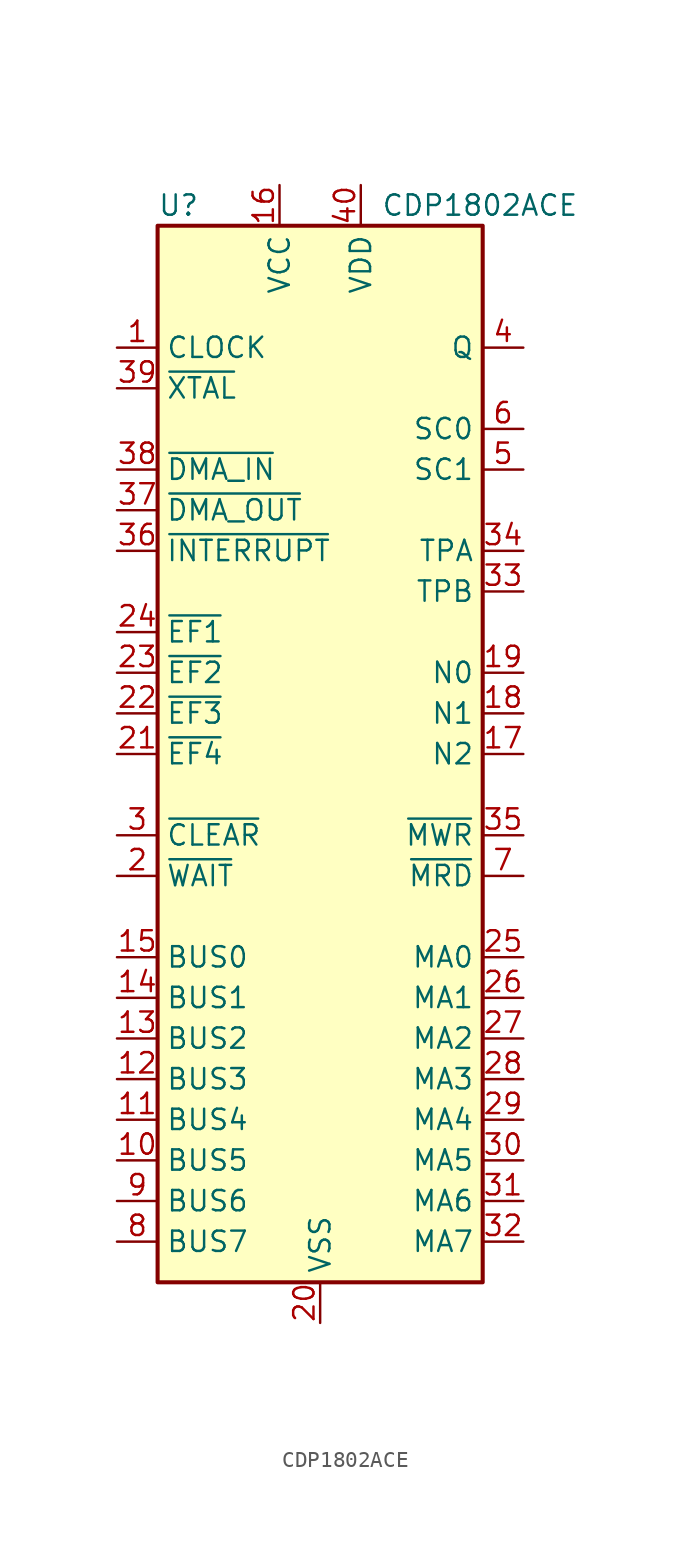
<source format=kicad_sym>
(kicad_symbol_lib
  (version 20211014)
  (generator kicad_symbol_editor)
  (symbol "CDP1802ACE"
    (property "Reference" "U"
      (at -10.16 34.29 0)
      (effects (font (size 1.27 1.27)) (justify left)))
    (property "Value" "CDP1802ACE"
      (at 3.81 34.29 0)
      (effects (font (size 1.27 1.27)) (justify left)))
    (symbol "CDP1802ACE_0_1"
      (rectangle (start -10.16 33.02) (end 10.16 -33.02) (stroke (width 0.254) (type default) (color 0 0 0 0)) (fill (type background))))
    (symbol "CDP1802ACE_1_1"
      (pin input line (at -12.7 25.4 0) (length 2.54) (name "CLOCK" (effects (font (size 1.27 1.27)))) (number "1" (effects (font (size 1.27 1.27)))))
      (pin bidirectional line (at -12.7 -25.4 0) (length 2.54) (name "BUS5" (effects (font (size 1.27 1.27)))) (number "10" (effects (font (size 1.27 1.27)))))
      (pin bidirectional line (at -12.7 -22.86 0) (length 2.54) (name "BUS4" (effects (font (size 1.27 1.27)))) (number "11" (effects (font (size 1.27 1.27)))))
      (pin bidirectional line (at -12.7 -20.32 0) (length 2.54) (name "BUS3" (effects (font (size 1.27 1.27)))) (number "12" (effects (font (size 1.27 1.27)))))
      (pin bidirectional line (at -12.7 -17.78 0) (length 2.54) (name "BUS2" (effects (font (size 1.27 1.27)))) (number "13" (effects (font (size 1.27 1.27)))))
      (pin bidirectional line (at -12.7 -15.24 0) (length 2.54) (name "BUS1" (effects (font (size 1.27 1.27)))) (number "14" (effects (font (size 1.27 1.27)))))
      (pin bidirectional line (at -12.7 -12.7 0) (length 2.54) (name "BUS0" (effects (font (size 1.27 1.27)))) (number "15" (effects (font (size 1.27 1.27)))))
      (pin power_in line (at -2.54 35.56 270) (length 2.54) (name "VCC" (effects (font (size 1.27 1.27)))) (number "16" (effects (font (size 1.27 1.27)))))
      (pin output line (at 12.7 0 180) (length 2.54) (name "N2" (effects (font (size 1.27 1.27)))) (number "17" (effects (font (size 1.27 1.27)))))
      (pin output line (at 12.7 2.54 180) (length 2.54) (name "N1" (effects (font (size 1.27 1.27)))) (number "18" (effects (font (size 1.27 1.27)))))
      (pin output line (at 12.7 5.08 180) (length 2.54) (name "N0" (effects (font (size 1.27 1.27)))) (number "19" (effects (font (size 1.27 1.27)))))
      (pin input line (at -12.7 -7.62 0) (length 2.54) (name "~{WAIT}" (effects (font (size 1.27 1.27)))) (number "2" (effects (font (size 1.27 1.27)))))
      (pin power_in line (at 0 -35.56 90) (length 2.54) (name "VSS" (effects (font (size 1.27 1.27)))) (number "20" (effects (font (size 1.27 1.27)))))
      (pin input line (at -12.7 0 0) (length 2.54) (name "~{EF4}" (effects (font (size 1.27 1.27)))) (number "21" (effects (font (size 1.27 1.27)))))
      (pin input line (at -12.7 2.54 0) (length 2.54) (name "~{EF3}" (effects (font (size 1.27 1.27)))) (number "22" (effects (font (size 1.27 1.27)))))
      (pin input line (at -12.7 5.08 0) (length 2.54) (name "~{EF2}" (effects (font (size 1.27 1.27)))) (number "23" (effects (font (size 1.27 1.27)))))
      (pin input line (at -12.7 7.62 0) (length 2.54) (name "~{EF1}" (effects (font (size 1.27 1.27)))) (number "24" (effects (font (size 1.27 1.27)))))
      (pin output line (at 12.7 -12.7 180) (length 2.54) (name "MA0" (effects (font (size 1.27 1.27)))) (number "25" (effects (font (size 1.27 1.27)))))
      (pin output line (at 12.7 -15.24 180) (length 2.54) (name "MA1" (effects (font (size 1.27 1.27)))) (number "26" (effects (font (size 1.27 1.27)))))
      (pin output line (at 12.7 -17.78 180) (length 2.54) (name "MA2" (effects (font (size 1.27 1.27)))) (number "27" (effects (font (size 1.27 1.27)))))
      (pin output line (at 12.7 -20.32 180) (length 2.54) (name "MA3" (effects (font (size 1.27 1.27)))) (number "28" (effects (font (size 1.27 1.27)))))
      (pin output line (at 12.7 -22.86 180) (length 2.54) (name "MA4" (effects (font (size 1.27 1.27)))) (number "29" (effects (font (size 1.27 1.27)))))
      (pin input line (at -12.7 -5.08 0) (length 2.54) (name "~{CLEAR}" (effects (font (size 1.27 1.27)))) (number "3" (effects (font (size 1.27 1.27)))))
      (pin output line (at 12.7 -25.4 180) (length 2.54) (name "MA5" (effects (font (size 1.27 1.27)))) (number "30" (effects (font (size 1.27 1.27)))))
      (pin output line (at 12.7 -27.94 180) (length 2.54) (name "MA6" (effects (font (size 1.27 1.27)))) (number "31" (effects (font (size 1.27 1.27)))))
      (pin output line (at 12.7 -30.48 180) (length 2.54) (name "MA7" (effects (font (size 1.27 1.27)))) (number "32" (effects (font (size 1.27 1.27)))))
      (pin output line (at 12.7 10.16 180) (length 2.54) (name "TPB" (effects (font (size 1.27 1.27)))) (number "33" (effects (font (size 1.27 1.27)))))
      (pin output line (at 12.7 12.7 180) (length 2.54) (name "TPA" (effects (font (size 1.27 1.27)))) (number "34" (effects (font (size 1.27 1.27)))))
      (pin output line (at 12.7 -5.08 180) (length 2.54) (name "~{MWR}" (effects (font (size 1.27 1.27)))) (number "35" (effects (font (size 1.27 1.27)))))
      (pin input line (at -12.7 12.7 0) (length 2.54) (name "~{INTERRUPT}" (effects (font (size 1.27 1.27)))) (number "36" (effects (font (size 1.27 1.27)))))
      (pin input line (at -12.7 15.24 0) (length 2.54) (name "~{DMA_OUT}" (effects (font (size 1.27 1.27)))) (number "37" (effects (font (size 1.27 1.27)))))
      (pin input line (at -12.7 17.78 0) (length 2.54) (name "~{DMA_IN}" (effects (font (size 1.27 1.27)))) (number "38" (effects (font (size 1.27 1.27)))))
      (pin output line (at -12.7 22.86 0) (length 2.54) (name "~{XTAL}" (effects (font (size 1.27 1.27)))) (number "39" (effects (font (size 1.27 1.27)))))
      (pin output line (at 12.7 25.4 180) (length 2.54) (name "Q" (effects (font (size 1.27 1.27)))) (number "4" (effects (font (size 1.27 1.27)))))
      (pin power_in line (at 2.54 35.56 270) (length 2.54) (name "VDD" (effects (font (size 1.27 1.27)))) (number "40" (effects (font (size 1.27 1.27)))))
      (pin output line (at 12.7 17.78 180) (length 2.54) (name "SC1" (effects (font (size 1.27 1.27)))) (number "5" (effects (font (size 1.27 1.27)))))
      (pin output line (at 12.7 20.32 180) (length 2.54) (name "SC0" (effects (font (size 1.27 1.27)))) (number "6" (effects (font (size 1.27 1.27)))))
      (pin output line (at 12.7 -7.62 180) (length 2.54) (name "~{MRD}" (effects (font (size 1.27 1.27)))) (number "7" (effects (font (size 1.27 1.27)))))
      (pin bidirectional line (at -12.7 -30.48 0) (length 2.54) (name "BUS7" (effects (font (size 1.27 1.27)))) (number "8" (effects (font (size 1.27 1.27)))))
      (pin bidirectional line (at -12.7 -27.94 0) (length 2.54) (name "BUS6" (effects (font (size 1.27 1.27)))) (number "9" (effects (font (size 1.27 1.27))))))))
</source>
